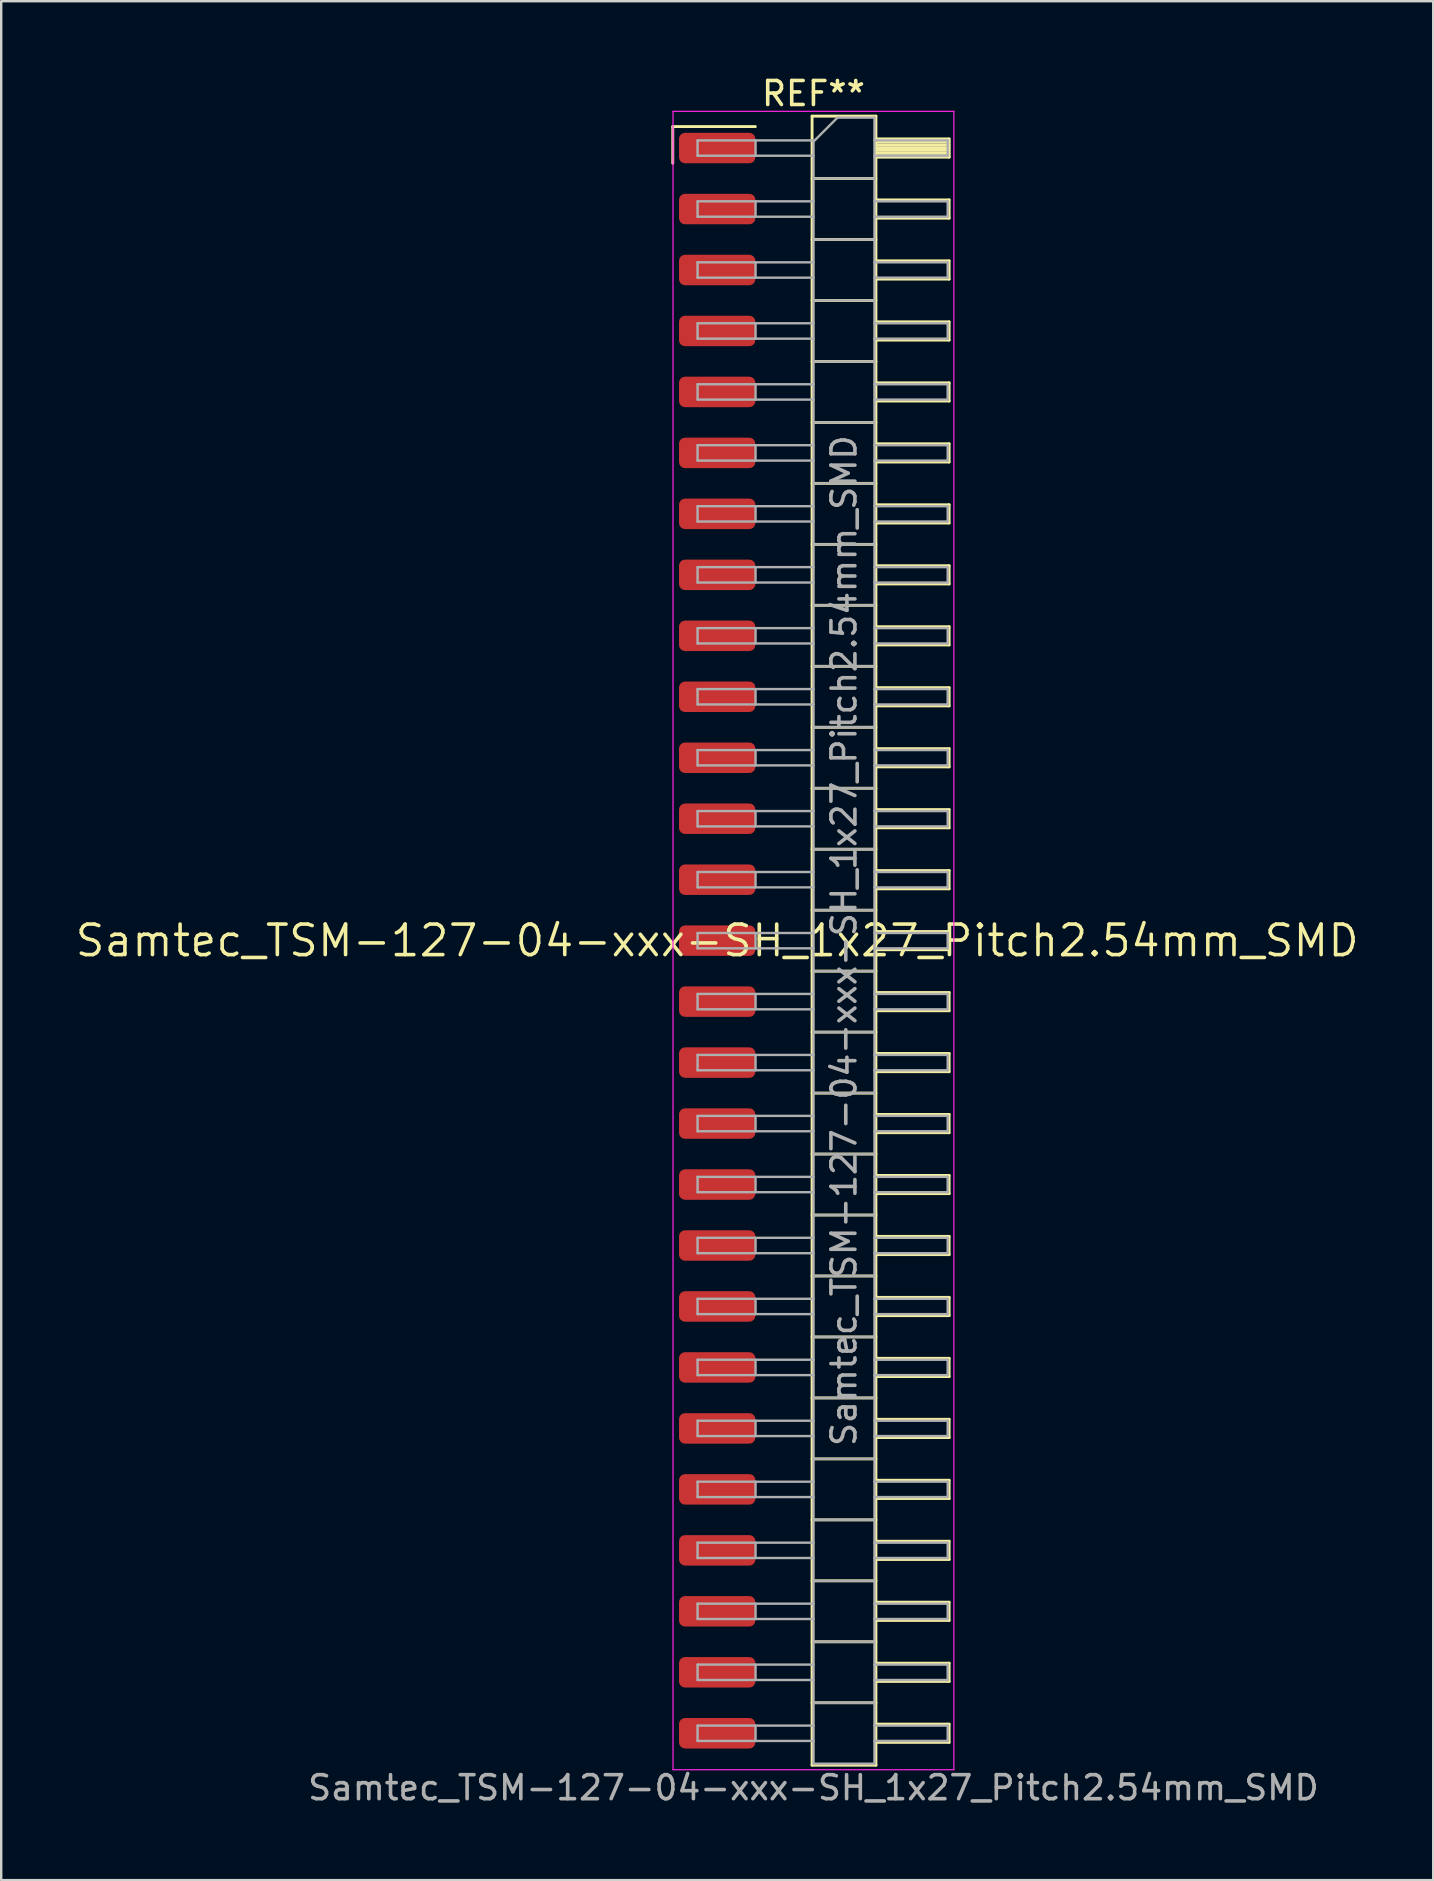
<source format=kicad_pcb>
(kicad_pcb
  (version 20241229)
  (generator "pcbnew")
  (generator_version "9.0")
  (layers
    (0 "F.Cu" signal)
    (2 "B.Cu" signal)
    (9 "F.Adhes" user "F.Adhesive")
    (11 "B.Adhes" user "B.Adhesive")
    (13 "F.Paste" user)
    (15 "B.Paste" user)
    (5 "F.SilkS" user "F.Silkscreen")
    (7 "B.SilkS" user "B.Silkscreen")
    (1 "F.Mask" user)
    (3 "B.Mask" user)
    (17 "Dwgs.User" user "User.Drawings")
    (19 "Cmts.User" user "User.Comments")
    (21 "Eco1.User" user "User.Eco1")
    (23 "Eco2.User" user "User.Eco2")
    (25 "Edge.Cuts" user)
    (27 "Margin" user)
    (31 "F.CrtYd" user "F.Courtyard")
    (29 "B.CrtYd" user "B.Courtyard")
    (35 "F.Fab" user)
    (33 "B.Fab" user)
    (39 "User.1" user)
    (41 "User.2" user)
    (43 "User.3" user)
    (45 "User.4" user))
  (footprint "Samtec_TSM-127-04-xxx-SH_1x27_Pitch2.54mm_SMD"
    (layer "F.Cu")
    (at 26.828 36.138)
    (property "Reference" "Samtec_TSM-127-04-xxx-SH_1x27_Pitch2.54mm_SMD" (at 0 0 0) (layer "F.SilkS") (effects (font (size 1.27 1.27) (thickness 0.15))))
    (attr smd)
    (fp_line (start -1.85 -33.915) (end 1.59 -33.915) (stroke (width 0.12) (type solid)) (layer "F.SilkS"))
    (fp_line (start -1.85 -32.385) (end -1.85 -33.915) (stroke (width 0.12) (type solid)) (layer "F.SilkS"))
    (fp_line (start 3.953 -34.35) (end 6.613 -34.35) (stroke (width 0.12) (type solid)) (layer "F.SilkS"))
    (fp_line (start 3.953 -31.75) (end 6.613 -31.75) (stroke (width 0.12) (type solid)) (layer "F.SilkS"))
    (fp_line (start 3.953 -29.21) (end 6.613 -29.21) (stroke (width 0.12) (type solid)) (layer "F.SilkS"))
    (fp_line (start 3.953 -26.67) (end 6.613 -26.67) (stroke (width 0.12) (type solid)) (layer "F.SilkS"))
    (fp_line (start 3.953 -24.13) (end 6.613 -24.13) (stroke (width 0.12) (type solid)) (layer "F.SilkS"))
    (fp_line (start 3.953 -21.59) (end 6.613 -21.59) (stroke (width 0.12) (type solid)) (layer "F.SilkS"))
    (fp_line (start 3.953 -19.05) (end 6.613 -19.05) (stroke (width 0.12) (type solid)) (layer "F.SilkS"))
    (fp_line (start 3.953 -16.51) (end 6.613 -16.51) (stroke (width 0.12) (type solid)) (layer "F.SilkS"))
    (fp_line (start 3.953 -13.97) (end 6.613 -13.97) (stroke (width 0.12) (type solid)) (layer "F.SilkS"))
    (fp_line (start 3.953 -11.43) (end 6.613 -11.43) (stroke (width 0.12) (type solid)) (layer "F.SilkS"))
    (fp_line (start 3.953 -8.89) (end 6.613 -8.89) (stroke (width 0.12) (type solid)) (layer "F.SilkS"))
    (fp_line (start 3.953 -6.35) (end 6.613 -6.35) (stroke (width 0.12) (type solid)) (layer "F.SilkS"))
    (fp_line (start 3.953 -3.81) (end 6.613 -3.81) (stroke (width 0.12) (type solid)) (layer "F.SilkS"))
    (fp_line (start 3.953 -1.27) (end 6.613 -1.27) (stroke (width 0.12) (type solid)) (layer "F.SilkS"))
    (fp_line (start 3.953 1.27) (end 6.613 1.27) (stroke (width 0.12) (type solid)) (layer "F.SilkS"))
    (fp_line (start 3.953 3.81) (end 6.613 3.81) (stroke (width 0.12) (type solid)) (layer "F.SilkS"))
    (fp_line (start 3.953 6.35) (end 6.613 6.35) (stroke (width 0.12) (type solid)) (layer "F.SilkS"))
    (fp_line (start 3.953 8.89) (end 6.613 8.89) (stroke (width 0.12) (type solid)) (layer "F.SilkS"))
    (fp_line (start 3.953 11.43) (end 6.613 11.43) (stroke (width 0.12) (type solid)) (layer "F.SilkS"))
    (fp_line (start 3.953 13.97) (end 6.613 13.97) (stroke (width 0.12) (type solid)) (layer "F.SilkS"))
    (fp_line (start 3.953 16.51) (end 6.613 16.51) (stroke (width 0.12) (type solid)) (layer "F.SilkS"))
    (fp_line (start 3.953 19.05) (end 6.613 19.05) (stroke (width 0.12) (type solid)) (layer "F.SilkS"))
    (fp_line (start 3.953 21.59) (end 6.613 21.59) (stroke (width 0.12) (type solid)) (layer "F.SilkS"))
    (fp_line (start 3.953 24.13) (end 6.613 24.13) (stroke (width 0.12) (type solid)) (layer "F.SilkS"))
    (fp_line (start 3.953 26.67) (end 6.613 26.67) (stroke (width 0.12) (type solid)) (layer "F.SilkS"))
    (fp_line (start 3.953 29.21) (end 6.613 29.21) (stroke (width 0.12) (type solid)) (layer "F.SilkS"))
    (fp_line (start 3.953 31.75) (end 6.613 31.75) (stroke (width 0.12) (type solid)) (layer "F.SilkS"))
    (fp_line (start 3.953 34.35) (end 3.953 -34.35) (stroke (width 0.12) (type solid)) (layer "F.SilkS"))
    (fp_line (start 6.613 -34.35) (end 6.613 34.35) (stroke (width 0.12) (type solid)) (layer "F.SilkS"))
    (fp_line (start 6.613 -33.4) (end 9.663 -33.4) (stroke (width 0.12) (type solid)) (layer "F.SilkS"))
    (fp_line (start 6.613 -33.28) (end 9.663 -33.28) (stroke (width 0.12) (type solid)) (layer "F.SilkS"))
    (fp_line (start 6.613 -33.16) (end 9.663 -33.16) (stroke (width 0.12) (type solid)) (layer "F.SilkS"))
    (fp_line (start 6.613 -33.04) (end 9.663 -33.04) (stroke (width 0.12) (type solid)) (layer "F.SilkS"))
    (fp_line (start 6.613 -32.92) (end 9.663 -32.92) (stroke (width 0.12) (type solid)) (layer "F.SilkS"))
    (fp_line (start 6.613 -32.8) (end 9.663 -32.8) (stroke (width 0.12) (type solid)) (layer "F.SilkS"))
    (fp_line (start 6.613 -32.68) (end 9.663 -32.68) (stroke (width 0.12) (type solid)) (layer "F.SilkS"))
    (fp_line (start 6.613 -32.64) (end 9.663 -32.64) (stroke (width 0.12) (type solid)) (layer "F.SilkS"))
    (fp_line (start 6.613 -30.86) (end 9.663 -30.86) (stroke (width 0.12) (type solid)) (layer "F.SilkS"))
    (fp_line (start 6.613 -30.1) (end 9.663 -30.1) (stroke (width 0.12) (type solid)) (layer "F.SilkS"))
    (fp_line (start 6.613 -28.32) (end 9.663 -28.32) (stroke (width 0.12) (type solid)) (layer "F.SilkS"))
    (fp_line (start 6.613 -27.56) (end 9.663 -27.56) (stroke (width 0.12) (type solid)) (layer "F.SilkS"))
    (fp_line (start 6.613 -25.78) (end 9.663 -25.78) (stroke (width 0.12) (type solid)) (layer "F.SilkS"))
    (fp_line (start 6.613 -25.02) (end 9.663 -25.02) (stroke (width 0.12) (type solid)) (layer "F.SilkS"))
    (fp_line (start 6.613 -23.24) (end 9.663 -23.24) (stroke (width 0.12) (type solid)) (layer "F.SilkS"))
    (fp_line (start 6.613 -22.48) (end 9.663 -22.48) (stroke (width 0.12) (type solid)) (layer "F.SilkS"))
    (fp_line (start 6.613 -20.7) (end 9.663 -20.7) (stroke (width 0.12) (type solid)) (layer "F.SilkS"))
    (fp_line (start 6.613 -19.94) (end 9.663 -19.94) (stroke (width 0.12) (type solid)) (layer "F.SilkS"))
    (fp_line (start 6.613 -18.16) (end 9.663 -18.16) (stroke (width 0.12) (type solid)) (layer "F.SilkS"))
    (fp_line (start 6.613 -17.4) (end 9.663 -17.4) (stroke (width 0.12) (type solid)) (layer "F.SilkS"))
    (fp_line (start 6.613 -15.62) (end 9.663 -15.62) (stroke (width 0.12) (type solid)) (layer "F.SilkS"))
    (fp_line (start 6.613 -14.86) (end 9.663 -14.86) (stroke (width 0.12) (type solid)) (layer "F.SilkS"))
    (fp_line (start 6.613 -13.08) (end 9.663 -13.08) (stroke (width 0.12) (type solid)) (layer "F.SilkS"))
    (fp_line (start 6.613 -12.32) (end 9.663 -12.32) (stroke (width 0.12) (type solid)) (layer "F.SilkS"))
    (fp_line (start 6.613 -10.54) (end 9.663 -10.54) (stroke (width 0.12) (type solid)) (layer "F.SilkS"))
    (fp_line (start 6.613 -9.78) (end 9.663 -9.78) (stroke (width 0.12) (type solid)) (layer "F.SilkS"))
    (fp_line (start 6.613 -8) (end 9.663 -8) (stroke (width 0.12) (type solid)) (layer "F.SilkS"))
    (fp_line (start 6.613 -7.24) (end 9.663 -7.24) (stroke (width 0.12) (type solid)) (layer "F.SilkS"))
    (fp_line (start 6.613 -5.46) (end 9.663 -5.46) (stroke (width 0.12) (type solid)) (layer "F.SilkS"))
    (fp_line (start 6.613 -4.7) (end 9.663 -4.7) (stroke (width 0.12) (type solid)) (layer "F.SilkS"))
    (fp_line (start 6.613 -2.92) (end 9.663 -2.92) (stroke (width 0.12) (type solid)) (layer "F.SilkS"))
    (fp_line (start 6.613 -2.16) (end 9.663 -2.16) (stroke (width 0.12) (type solid)) (layer "F.SilkS"))
    (fp_line (start 6.613 -0.38) (end 9.663 -0.38) (stroke (width 0.12) (type solid)) (layer "F.SilkS"))
    (fp_line (start 6.613 0.38) (end 9.663 0.38) (stroke (width 0.12) (type solid)) (layer "F.SilkS"))
    (fp_line (start 6.613 2.16) (end 9.663 2.16) (stroke (width 0.12) (type solid)) (layer "F.SilkS"))
    (fp_line (start 6.613 2.92) (end 9.663 2.92) (stroke (width 0.12) (type solid)) (layer "F.SilkS"))
    (fp_line (start 6.613 4.7) (end 9.663 4.7) (stroke (width 0.12) (type solid)) (layer "F.SilkS"))
    (fp_line (start 6.613 5.46) (end 9.663 5.46) (stroke (width 0.12) (type solid)) (layer "F.SilkS"))
    (fp_line (start 6.613 7.24) (end 9.663 7.24) (stroke (width 0.12) (type solid)) (layer "F.SilkS"))
    (fp_line (start 6.613 8) (end 9.663 8) (stroke (width 0.12) (type solid)) (layer "F.SilkS"))
    (fp_line (start 6.613 9.78) (end 9.663 9.78) (stroke (width 0.12) (type solid)) (layer "F.SilkS"))
    (fp_line (start 6.613 10.54) (end 9.663 10.54) (stroke (width 0.12) (type solid)) (layer "F.SilkS"))
    (fp_line (start 6.613 12.32) (end 9.663 12.32) (stroke (width 0.12) (type solid)) (layer "F.SilkS"))
    (fp_line (start 6.613 13.08) (end 9.663 13.08) (stroke (width 0.12) (type solid)) (layer "F.SilkS"))
    (fp_line (start 6.613 14.86) (end 9.663 14.86) (stroke (width 0.12) (type solid)) (layer "F.SilkS"))
    (fp_line (start 6.613 15.62) (end 9.663 15.62) (stroke (width 0.12) (type solid)) (layer "F.SilkS"))
    (fp_line (start 6.613 17.4) (end 9.663 17.4) (stroke (width 0.12) (type solid)) (layer "F.SilkS"))
    (fp_line (start 6.613 18.16) (end 9.663 18.16) (stroke (width 0.12) (type solid)) (layer "F.SilkS"))
    (fp_line (start 6.613 19.94) (end 9.663 19.94) (stroke (width 0.12) (type solid)) (layer "F.SilkS"))
    (fp_line (start 6.613 20.7) (end 9.663 20.7) (stroke (width 0.12) (type solid)) (layer "F.SilkS"))
    (fp_line (start 6.613 22.48) (end 9.663 22.48) (stroke (width 0.12) (type solid)) (layer "F.SilkS"))
    (fp_line (start 6.613 23.24) (end 9.663 23.24) (stroke (width 0.12) (type solid)) (layer "F.SilkS"))
    (fp_line (start 6.613 25.02) (end 9.663 25.02) (stroke (width 0.12) (type solid)) (layer "F.SilkS"))
    (fp_line (start 6.613 25.78) (end 9.663 25.78) (stroke (width 0.12) (type solid)) (layer "F.SilkS"))
    (fp_line (start 6.613 27.56) (end 9.663 27.56) (stroke (width 0.12) (type solid)) (layer "F.SilkS"))
    (fp_line (start 6.613 28.32) (end 9.663 28.32) (stroke (width 0.12) (type solid)) (layer "F.SilkS"))
    (fp_line (start 6.613 30.1) (end 9.663 30.1) (stroke (width 0.12) (type solid)) (layer "F.SilkS"))
    (fp_line (start 6.613 30.86) (end 9.663 30.86) (stroke (width 0.12) (type solid)) (layer "F.SilkS"))
    (fp_line (start 6.613 32.64) (end 9.663 32.64) (stroke (width 0.12) (type solid)) (layer "F.SilkS"))
    (fp_line (start 6.613 33.4) (end 9.663 33.4) (stroke (width 0.12) (type solid)) (layer "F.SilkS"))
    (fp_line (start 6.613 34.35) (end 3.953 34.35) (stroke (width 0.12) (type solid)) (layer "F.SilkS"))
    (fp_line (start 9.663 -33.4) (end 9.663 -32.64) (stroke (width 0.12) (type solid)) (layer "F.SilkS"))
    (fp_line (start 9.663 -30.86) (end 9.663 -30.1) (stroke (width 0.12) (type solid)) (layer "F.SilkS"))
    (fp_line (start 9.663 -28.32) (end 9.663 -27.56) (stroke (width 0.12) (type solid)) (layer "F.SilkS"))
    (fp_line (start 9.663 -25.78) (end 9.663 -25.02) (stroke (width 0.12) (type solid)) (layer "F.SilkS"))
    (fp_line (start 9.663 -23.24) (end 9.663 -22.48) (stroke (width 0.12) (type solid)) (layer "F.SilkS"))
    (fp_line (start 9.663 -20.7) (end 9.663 -19.94) (stroke (width 0.12) (type solid)) (layer "F.SilkS"))
    (fp_line (start 9.663 -18.16) (end 9.663 -17.4) (stroke (width 0.12) (type solid)) (layer "F.SilkS"))
    (fp_line (start 9.663 -15.62) (end 9.663 -14.86) (stroke (width 0.12) (type solid)) (layer "F.SilkS"))
    (fp_line (start 9.663 -13.08) (end 9.663 -12.32) (stroke (width 0.12) (type solid)) (layer "F.SilkS"))
    (fp_line (start 9.663 -10.54) (end 9.663 -9.78) (stroke (width 0.12) (type solid)) (layer "F.SilkS"))
    (fp_line (start 9.663 -8) (end 9.663 -7.24) (stroke (width 0.12) (type solid)) (layer "F.SilkS"))
    (fp_line (start 9.663 -5.46) (end 9.663 -4.7) (stroke (width 0.12) (type solid)) (layer "F.SilkS"))
    (fp_line (start 9.663 -2.92) (end 9.663 -2.16) (stroke (width 0.12) (type solid)) (layer "F.SilkS"))
    (fp_line (start 9.663 -0.38) (end 9.663 0.38) (stroke (width 0.12) (type solid)) (layer "F.SilkS"))
    (fp_line (start 9.663 2.16) (end 9.663 2.92) (stroke (width 0.12) (type solid)) (layer "F.SilkS"))
    (fp_line (start 9.663 4.7) (end 9.663 5.46) (stroke (width 0.12) (type solid)) (layer "F.SilkS"))
    (fp_line (start 9.663 7.24) (end 9.663 8) (stroke (width 0.12) (type solid)) (layer "F.SilkS"))
    (fp_line (start 9.663 9.78) (end 9.663 10.54) (stroke (width 0.12) (type solid)) (layer "F.SilkS"))
    (fp_line (start 9.663 12.32) (end 9.663 13.08) (stroke (width 0.12) (type solid)) (layer "F.SilkS"))
    (fp_line (start 9.663 14.86) (end 9.663 15.62) (stroke (width 0.12) (type solid)) (layer "F.SilkS"))
    (fp_line (start 9.663 17.4) (end 9.663 18.16) (stroke (width 0.12) (type solid)) (layer "F.SilkS"))
    (fp_line (start 9.663 19.94) (end 9.663 20.7) (stroke (width 0.12) (type solid)) (layer "F.SilkS"))
    (fp_line (start 9.663 22.48) (end 9.663 23.24) (stroke (width 0.12) (type solid)) (layer "F.SilkS"))
    (fp_line (start 9.663 25.02) (end 9.663 25.78) (stroke (width 0.12) (type solid)) (layer "F.SilkS"))
    (fp_line (start 9.663 27.56) (end 9.663 28.32) (stroke (width 0.12) (type solid)) (layer "F.SilkS"))
    (fp_line (start 9.663 30.1) (end 9.663 30.86) (stroke (width 0.12) (type solid)) (layer "F.SilkS"))
    (fp_line (start 9.663 32.64) (end 9.663 33.4) (stroke (width 0.12) (type solid)) (layer "F.SilkS"))
    (fp_line (start -1.84 -34.55) (end 9.86 -34.55) (stroke (width 0.05) (type solid)) (layer "F.CrtYd"))
    (fp_line (start -1.84 34.54) (end -1.84 -34.55) (stroke (width 0.05) (type solid)) (layer "F.CrtYd"))
    (fp_line (start 9.86 -34.55) (end 9.86 34.54) (stroke (width 0.05) (type solid)) (layer "F.CrtYd"))
    (fp_line (start 9.86 34.54) (end -1.84 34.54) (stroke (width 0.05) (type solid)) (layer "F.CrtYd"))
    (fp_line (start -0.817 -33.34) (end -0.817 -32.7) (stroke (width 0.1) (type solid)) (layer "F.Fab"))
    (fp_line (start -0.817 -33.34) (end 4.013 -33.34) (stroke (width 0.1) (type solid)) (layer "F.Fab"))
    (fp_line (start -0.817 -32.7) (end 4.013 -32.7) (stroke (width 0.1) (type solid)) (layer "F.Fab"))
    (fp_line (start -0.817 -30.8) (end -0.817 -30.16) (stroke (width 0.1) (type solid)) (layer "F.Fab"))
    (fp_line (start -0.817 -30.8) (end 4.013 -30.8) (stroke (width 0.1) (type solid)) (layer "F.Fab"))
    (fp_line (start -0.817 -30.16) (end 4.013 -30.16) (stroke (width 0.1) (type solid)) (layer "F.Fab"))
    (fp_line (start -0.817 -28.26) (end -0.817 -27.62) (stroke (width 0.1) (type solid)) (layer "F.Fab"))
    (fp_line (start -0.817 -28.26) (end 4.013 -28.26) (stroke (width 0.1) (type solid)) (layer "F.Fab"))
    (fp_line (start -0.817 -27.62) (end 4.013 -27.62) (stroke (width 0.1) (type solid)) (layer "F.Fab"))
    (fp_line (start -0.817 -25.72) (end -0.817 -25.08) (stroke (width 0.1) (type solid)) (layer "F.Fab"))
    (fp_line (start -0.817 -25.72) (end 4.013 -25.72) (stroke (width 0.1) (type solid)) (layer "F.Fab"))
    (fp_line (start -0.817 -25.08) (end 4.013 -25.08) (stroke (width 0.1) (type solid)) (layer "F.Fab"))
    (fp_line (start -0.817 -23.18) (end -0.817 -22.54) (stroke (width 0.1) (type solid)) (layer "F.Fab"))
    (fp_line (start -0.817 -23.18) (end 4.013 -23.18) (stroke (width 0.1) (type solid)) (layer "F.Fab"))
    (fp_line (start -0.817 -22.54) (end 4.013 -22.54) (stroke (width 0.1) (type solid)) (layer "F.Fab"))
    (fp_line (start -0.817 -20.64) (end -0.817 -20) (stroke (width 0.1) (type solid)) (layer "F.Fab"))
    (fp_line (start -0.817 -20.64) (end 4.013 -20.64) (stroke (width 0.1) (type solid)) (layer "F.Fab"))
    (fp_line (start -0.817 -20) (end 4.013 -20) (stroke (width 0.1) (type solid)) (layer "F.Fab"))
    (fp_line (start -0.817 -18.1) (end -0.817 -17.46) (stroke (width 0.1) (type solid)) (layer "F.Fab"))
    (fp_line (start -0.817 -18.1) (end 4.013 -18.1) (stroke (width 0.1) (type solid)) (layer "F.Fab"))
    (fp_line (start -0.817 -17.46) (end 4.013 -17.46) (stroke (width 0.1) (type solid)) (layer "F.Fab"))
    (fp_line (start -0.817 -15.56) (end -0.817 -14.92) (stroke (width 0.1) (type solid)) (layer "F.Fab"))
    (fp_line (start -0.817 -15.56) (end 4.013 -15.56) (stroke (width 0.1) (type solid)) (layer "F.Fab"))
    (fp_line (start -0.817 -14.92) (end 4.013 -14.92) (stroke (width 0.1) (type solid)) (layer "F.Fab"))
    (fp_line (start -0.817 -13.02) (end -0.817 -12.38) (stroke (width 0.1) (type solid)) (layer "F.Fab"))
    (fp_line (start -0.817 -13.02) (end 4.013 -13.02) (stroke (width 0.1) (type solid)) (layer "F.Fab"))
    (fp_line (start -0.817 -12.38) (end 4.013 -12.38) (stroke (width 0.1) (type solid)) (layer "F.Fab"))
    (fp_line (start -0.817 -10.48) (end -0.817 -9.84) (stroke (width 0.1) (type solid)) (layer "F.Fab"))
    (fp_line (start -0.817 -10.48) (end 4.013 -10.48) (stroke (width 0.1) (type solid)) (layer "F.Fab"))
    (fp_line (start -0.817 -9.84) (end 4.013 -9.84) (stroke (width 0.1) (type solid)) (layer "F.Fab"))
    (fp_line (start -0.817 -7.94) (end -0.817 -7.3) (stroke (width 0.1) (type solid)) (layer "F.Fab"))
    (fp_line (start -0.817 -7.94) (end 4.013 -7.94) (stroke (width 0.1) (type solid)) (layer "F.Fab"))
    (fp_line (start -0.817 -7.3) (end 4.013 -7.3) (stroke (width 0.1) (type solid)) (layer "F.Fab"))
    (fp_line (start -0.817 -5.4) (end -0.817 -4.76) (stroke (width 0.1) (type solid)) (layer "F.Fab"))
    (fp_line (start -0.817 -5.4) (end 4.013 -5.4) (stroke (width 0.1) (type solid)) (layer "F.Fab"))
    (fp_line (start -0.817 -4.76) (end 4.013 -4.76) (stroke (width 0.1) (type solid)) (layer "F.Fab"))
    (fp_line (start -0.817 -2.86) (end -0.817 -2.22) (stroke (width 0.1) (type solid)) (layer "F.Fab"))
    (fp_line (start -0.817 -2.86) (end 4.013 -2.86) (stroke (width 0.1) (type solid)) (layer "F.Fab"))
    (fp_line (start -0.817 -2.22) (end 4.013 -2.22) (stroke (width 0.1) (type solid)) (layer "F.Fab"))
    (fp_line (start -0.817 -0.32) (end -0.817 0.32) (stroke (width 0.1) (type solid)) (layer "F.Fab"))
    (fp_line (start -0.817 -0.32) (end 4.013 -0.32) (stroke (width 0.1) (type solid)) (layer "F.Fab"))
    (fp_line (start -0.817 0.32) (end 4.013 0.32) (stroke (width 0.1) (type solid)) (layer "F.Fab"))
    (fp_line (start -0.817 2.22) (end -0.817 2.86) (stroke (width 0.1) (type solid)) (layer "F.Fab"))
    (fp_line (start -0.817 2.22) (end 4.013 2.22) (stroke (width 0.1) (type solid)) (layer "F.Fab"))
    (fp_line (start -0.817 2.86) (end 4.013 2.86) (stroke (width 0.1) (type solid)) (layer "F.Fab"))
    (fp_line (start -0.817 4.76) (end -0.817 5.4) (stroke (width 0.1) (type solid)) (layer "F.Fab"))
    (fp_line (start -0.817 4.76) (end 4.013 4.76) (stroke (width 0.1) (type solid)) (layer "F.Fab"))
    (fp_line (start -0.817 5.4) (end 4.013 5.4) (stroke (width 0.1) (type solid)) (layer "F.Fab"))
    (fp_line (start -0.817 7.3) (end -0.817 7.94) (stroke (width 0.1) (type solid)) (layer "F.Fab"))
    (fp_line (start -0.817 7.3) (end 4.013 7.3) (stroke (width 0.1) (type solid)) (layer "F.Fab"))
    (fp_line (start -0.817 7.94) (end 4.013 7.94) (stroke (width 0.1) (type solid)) (layer "F.Fab"))
    (fp_line (start -0.817 9.84) (end -0.817 10.48) (stroke (width 0.1) (type solid)) (layer "F.Fab"))
    (fp_line (start -0.817 9.84) (end 4.013 9.84) (stroke (width 0.1) (type solid)) (layer "F.Fab"))
    (fp_line (start -0.817 10.48) (end 4.013 10.48) (stroke (width 0.1) (type solid)) (layer "F.Fab"))
    (fp_line (start -0.817 12.38) (end -0.817 13.02) (stroke (width 0.1) (type solid)) (layer "F.Fab"))
    (fp_line (start -0.817 12.38) (end 4.013 12.38) (stroke (width 0.1) (type solid)) (layer "F.Fab"))
    (fp_line (start -0.817 13.02) (end 4.013 13.02) (stroke (width 0.1) (type solid)) (layer "F.Fab"))
    (fp_line (start -0.817 14.92) (end -0.817 15.56) (stroke (width 0.1) (type solid)) (layer "F.Fab"))
    (fp_line (start -0.817 14.92) (end 4.013 14.92) (stroke (width 0.1) (type solid)) (layer "F.Fab"))
    (fp_line (start -0.817 15.56) (end 4.013 15.56) (stroke (width 0.1) (type solid)) (layer "F.Fab"))
    (fp_line (start -0.817 17.46) (end -0.817 18.1) (stroke (width 0.1) (type solid)) (layer "F.Fab"))
    (fp_line (start -0.817 17.46) (end 4.013 17.46) (stroke (width 0.1) (type solid)) (layer "F.Fab"))
    (fp_line (start -0.817 18.1) (end 4.013 18.1) (stroke (width 0.1) (type solid)) (layer "F.Fab"))
    (fp_line (start -0.817 20) (end -0.817 20.64) (stroke (width 0.1) (type solid)) (layer "F.Fab"))
    (fp_line (start -0.817 20) (end 4.013 20) (stroke (width 0.1) (type solid)) (layer "F.Fab"))
    (fp_line (start -0.817 20.64) (end 4.013 20.64) (stroke (width 0.1) (type solid)) (layer "F.Fab"))
    (fp_line (start -0.817 22.54) (end -0.817 23.18) (stroke (width 0.1) (type solid)) (layer "F.Fab"))
    (fp_line (start -0.817 22.54) (end 4.013 22.54) (stroke (width 0.1) (type solid)) (layer "F.Fab"))
    (fp_line (start -0.817 23.18) (end 4.013 23.18) (stroke (width 0.1) (type solid)) (layer "F.Fab"))
    (fp_line (start -0.817 25.08) (end -0.817 25.72) (stroke (width 0.1) (type solid)) (layer "F.Fab"))
    (fp_line (start -0.817 25.08) (end 4.013 25.08) (stroke (width 0.1) (type solid)) (layer "F.Fab"))
    (fp_line (start -0.817 25.72) (end 4.013 25.72) (stroke (width 0.1) (type solid)) (layer "F.Fab"))
    (fp_line (start -0.817 27.62) (end -0.817 28.26) (stroke (width 0.1) (type solid)) (layer "F.Fab"))
    (fp_line (start -0.817 27.62) (end 4.013 27.62) (stroke (width 0.1) (type solid)) (layer "F.Fab"))
    (fp_line (start -0.817 28.26) (end 4.013 28.26) (stroke (width 0.1) (type solid)) (layer "F.Fab"))
    (fp_line (start -0.817 30.16) (end -0.817 30.8) (stroke (width 0.1) (type solid)) (layer "F.Fab"))
    (fp_line (start -0.817 30.16) (end 4.013 30.16) (stroke (width 0.1) (type solid)) (layer "F.Fab"))
    (fp_line (start -0.817 30.8) (end 4.013 30.8) (stroke (width 0.1) (type solid)) (layer "F.Fab"))
    (fp_line (start -0.817 32.7) (end -0.817 33.34) (stroke (width 0.1) (type solid)) (layer "F.Fab"))
    (fp_line (start -0.817 32.7) (end 4.013 32.7) (stroke (width 0.1) (type solid)) (layer "F.Fab"))
    (fp_line (start -0.817 33.34) (end 4.013 33.34) (stroke (width 0.1) (type solid)) (layer "F.Fab"))
    (fp_line (start 1.598 -33.34) (end 1.598 -32.7) (stroke (width 0.1) (type solid)) (layer "F.Fab"))
    (fp_line (start 1.598 -30.8) (end 1.598 -30.16) (stroke (width 0.1) (type solid)) (layer "F.Fab"))
    (fp_line (start 1.598 -28.26) (end 1.598 -27.62) (stroke (width 0.1) (type solid)) (layer "F.Fab"))
    (fp_line (start 1.598 -25.72) (end 1.598 -25.08) (stroke (width 0.1) (type solid)) (layer "F.Fab"))
    (fp_line (start 1.598 -23.18) (end 1.598 -22.54) (stroke (width 0.1) (type solid)) (layer "F.Fab"))
    (fp_line (start 1.598 -20.64) (end 1.598 -20) (stroke (width 0.1) (type solid)) (layer "F.Fab"))
    (fp_line (start 1.598 -18.1) (end 1.598 -17.46) (stroke (width 0.1) (type solid)) (layer "F.Fab"))
    (fp_line (start 1.598 -15.56) (end 1.598 -14.92) (stroke (width 0.1) (type solid)) (layer "F.Fab"))
    (fp_line (start 1.598 -13.02) (end 1.598 -12.38) (stroke (width 0.1) (type solid)) (layer "F.Fab"))
    (fp_line (start 1.598 -10.48) (end 1.598 -9.84) (stroke (width 0.1) (type solid)) (layer "F.Fab"))
    (fp_line (start 1.598 -7.94) (end 1.598 -7.3) (stroke (width 0.1) (type solid)) (layer "F.Fab"))
    (fp_line (start 1.598 -5.4) (end 1.598 -4.76) (stroke (width 0.1) (type solid)) (layer "F.Fab"))
    (fp_line (start 1.598 -2.86) (end 1.598 -2.22) (stroke (width 0.1) (type solid)) (layer "F.Fab"))
    (fp_line (start 1.598 -0.32) (end 1.598 0.32) (stroke (width 0.1) (type solid)) (layer "F.Fab"))
    (fp_line (start 1.598 2.22) (end 1.598 2.86) (stroke (width 0.1) (type solid)) (layer "F.Fab"))
    (fp_line (start 1.598 4.76) (end 1.598 5.4) (stroke (width 0.1) (type solid)) (layer "F.Fab"))
    (fp_line (start 1.598 7.3) (end 1.598 7.94) (stroke (width 0.1) (type solid)) (layer "F.Fab"))
    (fp_line (start 1.598 9.84) (end 1.598 10.48) (stroke (width 0.1) (type solid)) (layer "F.Fab"))
    (fp_line (start 1.598 12.38) (end 1.598 13.02) (stroke (width 0.1) (type solid)) (layer "F.Fab"))
    (fp_line (start 1.598 14.92) (end 1.598 15.56) (stroke (width 0.1) (type solid)) (layer "F.Fab"))
    (fp_line (start 1.598 17.46) (end 1.598 18.1) (stroke (width 0.1) (type solid)) (layer "F.Fab"))
    (fp_line (start 1.598 20) (end 1.598 20.64) (stroke (width 0.1) (type solid)) (layer "F.Fab"))
    (fp_line (start 1.598 22.54) (end 1.598 23.18) (stroke (width 0.1) (type solid)) (layer "F.Fab"))
    (fp_line (start 1.598 25.08) (end 1.598 25.72) (stroke (width 0.1) (type solid)) (layer "F.Fab"))
    (fp_line (start 1.598 27.62) (end 1.598 28.26) (stroke (width 0.1) (type solid)) (layer "F.Fab"))
    (fp_line (start 1.598 30.16) (end 1.598 30.8) (stroke (width 0.1) (type solid)) (layer "F.Fab"))
    (fp_line (start 1.598 32.7) (end 1.598 33.34) (stroke (width 0.1) (type solid)) (layer "F.Fab"))
    (fp_line (start 4.013 -33.29) (end 5.013 -34.29) (stroke (width 0.1) (type solid)) (layer "F.Fab"))
    (fp_line (start 4.013 -31.75) (end 6.553 -31.75) (stroke (width 0.1) (type solid)) (layer "F.Fab"))
    (fp_line (start 4.013 -29.21) (end 6.553 -29.21) (stroke (width 0.1) (type solid)) (layer "F.Fab"))
    (fp_line (start 4.013 -26.67) (end 6.553 -26.67) (stroke (width 0.1) (type solid)) (layer "F.Fab"))
    (fp_line (start 4.013 -24.13) (end 6.553 -24.13) (stroke (width 0.1) (type solid)) (layer "F.Fab"))
    (fp_line (start 4.013 -21.59) (end 6.553 -21.59) (stroke (width 0.1) (type solid)) (layer "F.Fab"))
    (fp_line (start 4.013 -19.05) (end 6.553 -19.05) (stroke (width 0.1) (type solid)) (layer "F.Fab"))
    (fp_line (start 4.013 -16.51) (end 6.553 -16.51) (stroke (width 0.1) (type solid)) (layer "F.Fab"))
    (fp_line (start 4.013 -13.97) (end 6.553 -13.97) (stroke (width 0.1) (type solid)) (layer "F.Fab"))
    (fp_line (start 4.013 -11.43) (end 6.553 -11.43) (stroke (width 0.1) (type solid)) (layer "F.Fab"))
    (fp_line (start 4.013 -8.89) (end 6.553 -8.89) (stroke (width 0.1) (type solid)) (layer "F.Fab"))
    (fp_line (start 4.013 -6.35) (end 6.553 -6.35) (stroke (width 0.1) (type solid)) (layer "F.Fab"))
    (fp_line (start 4.013 -3.81) (end 6.553 -3.81) (stroke (width 0.1) (type solid)) (layer "F.Fab"))
    (fp_line (start 4.013 -1.27) (end 6.553 -1.27) (stroke (width 0.1) (type solid)) (layer "F.Fab"))
    (fp_line (start 4.013 1.27) (end 6.553 1.27) (stroke (width 0.1) (type solid)) (layer "F.Fab"))
    (fp_line (start 4.013 3.81) (end 6.553 3.81) (stroke (width 0.1) (type solid)) (layer "F.Fab"))
    (fp_line (start 4.013 6.35) (end 6.553 6.35) (stroke (width 0.1) (type solid)) (layer "F.Fab"))
    (fp_line (start 4.013 8.89) (end 6.553 8.89) (stroke (width 0.1) (type solid)) (layer "F.Fab"))
    (fp_line (start 4.013 11.43) (end 6.553 11.43) (stroke (width 0.1) (type solid)) (layer "F.Fab"))
    (fp_line (start 4.013 13.97) (end 6.553 13.97) (stroke (width 0.1) (type solid)) (layer "F.Fab"))
    (fp_line (start 4.013 16.51) (end 6.553 16.51) (stroke (width 0.1) (type solid)) (layer "F.Fab"))
    (fp_line (start 4.013 19.05) (end 6.553 19.05) (stroke (width 0.1) (type solid)) (layer "F.Fab"))
    (fp_line (start 4.013 21.59) (end 6.553 21.59) (stroke (width 0.1) (type solid)) (layer "F.Fab"))
    (fp_line (start 4.013 24.13) (end 6.553 24.13) (stroke (width 0.1) (type solid)) (layer "F.Fab"))
    (fp_line (start 4.013 26.67) (end 6.553 26.67) (stroke (width 0.1) (type solid)) (layer "F.Fab"))
    (fp_line (start 4.013 29.21) (end 6.553 29.21) (stroke (width 0.1) (type solid)) (layer "F.Fab"))
    (fp_line (start 4.013 31.75) (end 6.553 31.75) (stroke (width 0.1) (type solid)) (layer "F.Fab"))
    (fp_line (start 4.013 34.29) (end 4.013 -33.29) (stroke (width 0.1) (type solid)) (layer "F.Fab"))
    (fp_line (start 5.013 -34.29) (end 6.553 -34.29) (stroke (width 0.1) (type solid)) (layer "F.Fab"))
    (fp_line (start 6.553 -34.29) (end 6.553 34.29) (stroke (width 0.1) (type solid)) (layer "F.Fab"))
    (fp_line (start 6.553 -33.34) (end 9.603 -33.34) (stroke (width 0.1) (type solid)) (layer "F.Fab"))
    (fp_line (start 6.553 -32.7) (end 9.603 -32.7) (stroke (width 0.1) (type solid)) (layer "F.Fab"))
    (fp_line (start 6.553 -30.8) (end 9.603 -30.8) (stroke (width 0.1) (type solid)) (layer "F.Fab"))
    (fp_line (start 6.553 -30.16) (end 9.603 -30.16) (stroke (width 0.1) (type solid)) (layer "F.Fab"))
    (fp_line (start 6.553 -28.26) (end 9.603 -28.26) (stroke (width 0.1) (type solid)) (layer "F.Fab"))
    (fp_line (start 6.553 -27.62) (end 9.603 -27.62) (stroke (width 0.1) (type solid)) (layer "F.Fab"))
    (fp_line (start 6.553 -25.72) (end 9.603 -25.72) (stroke (width 0.1) (type solid)) (layer "F.Fab"))
    (fp_line (start 6.553 -25.08) (end 9.603 -25.08) (stroke (width 0.1) (type solid)) (layer "F.Fab"))
    (fp_line (start 6.553 -23.18) (end 9.603 -23.18) (stroke (width 0.1) (type solid)) (layer "F.Fab"))
    (fp_line (start 6.553 -22.54) (end 9.603 -22.54) (stroke (width 0.1) (type solid)) (layer "F.Fab"))
    (fp_line (start 6.553 -20.64) (end 9.603 -20.64) (stroke (width 0.1) (type solid)) (layer "F.Fab"))
    (fp_line (start 6.553 -20) (end 9.603 -20) (stroke (width 0.1) (type solid)) (layer "F.Fab"))
    (fp_line (start 6.553 -18.1) (end 9.603 -18.1) (stroke (width 0.1) (type solid)) (layer "F.Fab"))
    (fp_line (start 6.553 -17.46) (end 9.603 -17.46) (stroke (width 0.1) (type solid)) (layer "F.Fab"))
    (fp_line (start 6.553 -15.56) (end 9.603 -15.56) (stroke (width 0.1) (type solid)) (layer "F.Fab"))
    (fp_line (start 6.553 -14.92) (end 9.603 -14.92) (stroke (width 0.1) (type solid)) (layer "F.Fab"))
    (fp_line (start 6.553 -13.02) (end 9.603 -13.02) (stroke (width 0.1) (type solid)) (layer "F.Fab"))
    (fp_line (start 6.553 -12.38) (end 9.603 -12.38) (stroke (width 0.1) (type solid)) (layer "F.Fab"))
    (fp_line (start 6.553 -10.48) (end 9.603 -10.48) (stroke (width 0.1) (type solid)) (layer "F.Fab"))
    (fp_line (start 6.553 -9.84) (end 9.603 -9.84) (stroke (width 0.1) (type solid)) (layer "F.Fab"))
    (fp_line (start 6.553 -7.94) (end 9.603 -7.94) (stroke (width 0.1) (type solid)) (layer "F.Fab"))
    (fp_line (start 6.553 -7.3) (end 9.603 -7.3) (stroke (width 0.1) (type solid)) (layer "F.Fab"))
    (fp_line (start 6.553 -5.4) (end 9.603 -5.4) (stroke (width 0.1) (type solid)) (layer "F.Fab"))
    (fp_line (start 6.553 -4.76) (end 9.603 -4.76) (stroke (width 0.1) (type solid)) (layer "F.Fab"))
    (fp_line (start 6.553 -2.86) (end 9.603 -2.86) (stroke (width 0.1) (type solid)) (layer "F.Fab"))
    (fp_line (start 6.553 -2.22) (end 9.603 -2.22) (stroke (width 0.1) (type solid)) (layer "F.Fab"))
    (fp_line (start 6.553 -0.32) (end 9.603 -0.32) (stroke (width 0.1) (type solid)) (layer "F.Fab"))
    (fp_line (start 6.553 0.32) (end 9.603 0.32) (stroke (width 0.1) (type solid)) (layer "F.Fab"))
    (fp_line (start 6.553 2.22) (end 9.603 2.22) (stroke (width 0.1) (type solid)) (layer "F.Fab"))
    (fp_line (start 6.553 2.86) (end 9.603 2.86) (stroke (width 0.1) (type solid)) (layer "F.Fab"))
    (fp_line (start 6.553 4.76) (end 9.603 4.76) (stroke (width 0.1) (type solid)) (layer "F.Fab"))
    (fp_line (start 6.553 5.4) (end 9.603 5.4) (stroke (width 0.1) (type solid)) (layer "F.Fab"))
    (fp_line (start 6.553 7.3) (end 9.603 7.3) (stroke (width 0.1) (type solid)) (layer "F.Fab"))
    (fp_line (start 6.553 7.94) (end 9.603 7.94) (stroke (width 0.1) (type solid)) (layer "F.Fab"))
    (fp_line (start 6.553 9.84) (end 9.603 9.84) (stroke (width 0.1) (type solid)) (layer "F.Fab"))
    (fp_line (start 6.553 10.48) (end 9.603 10.48) (stroke (width 0.1) (type solid)) (layer "F.Fab"))
    (fp_line (start 6.553 12.38) (end 9.603 12.38) (stroke (width 0.1) (type solid)) (layer "F.Fab"))
    (fp_line (start 6.553 13.02) (end 9.603 13.02) (stroke (width 0.1) (type solid)) (layer "F.Fab"))
    (fp_line (start 6.553 14.92) (end 9.603 14.92) (stroke (width 0.1) (type solid)) (layer "F.Fab"))
    (fp_line (start 6.553 15.56) (end 9.603 15.56) (stroke (width 0.1) (type solid)) (layer "F.Fab"))
    (fp_line (start 6.553 17.46) (end 9.603 17.46) (stroke (width 0.1) (type solid)) (layer "F.Fab"))
    (fp_line (start 6.553 18.1) (end 9.603 18.1) (stroke (width 0.1) (type solid)) (layer "F.Fab"))
    (fp_line (start 6.553 20) (end 9.603 20) (stroke (width 0.1) (type solid)) (layer "F.Fab"))
    (fp_line (start 6.553 20.64) (end 9.603 20.64) (stroke (width 0.1) (type solid)) (layer "F.Fab"))
    (fp_line (start 6.553 22.54) (end 9.603 22.54) (stroke (width 0.1) (type solid)) (layer "F.Fab"))
    (fp_line (start 6.553 23.18) (end 9.603 23.18) (stroke (width 0.1) (type solid)) (layer "F.Fab"))
    (fp_line (start 6.553 25.08) (end 9.603 25.08) (stroke (width 0.1) (type solid)) (layer "F.Fab"))
    (fp_line (start 6.553 25.72) (end 9.603 25.72) (stroke (width 0.1) (type solid)) (layer "F.Fab"))
    (fp_line (start 6.553 27.62) (end 9.603 27.62) (stroke (width 0.1) (type solid)) (layer "F.Fab"))
    (fp_line (start 6.553 28.26) (end 9.603 28.26) (stroke (width 0.1) (type solid)) (layer "F.Fab"))
    (fp_line (start 6.553 30.16) (end 9.603 30.16) (stroke (width 0.1) (type solid)) (layer "F.Fab"))
    (fp_line (start 6.553 30.8) (end 9.603 30.8) (stroke (width 0.1) (type solid)) (layer "F.Fab"))
    (fp_line (start 6.553 32.7) (end 9.603 32.7) (stroke (width 0.1) (type solid)) (layer "F.Fab"))
    (fp_line (start 6.553 33.34) (end 9.603 33.34) (stroke (width 0.1) (type solid)) (layer "F.Fab"))
    (fp_line (start 6.553 34.29) (end 4.013 34.29) (stroke (width 0.1) (type solid)) (layer "F.Fab"))
    (fp_line (start 9.603 -33.34) (end 9.603 -32.7) (stroke (width 0.1) (type solid)) (layer "F.Fab"))
    (fp_line (start 9.603 -30.8) (end 9.603 -30.16) (stroke (width 0.1) (type solid)) (layer "F.Fab"))
    (fp_line (start 9.603 -28.26) (end 9.603 -27.62) (stroke (width 0.1) (type solid)) (layer "F.Fab"))
    (fp_line (start 9.603 -25.72) (end 9.603 -25.08) (stroke (width 0.1) (type solid)) (layer "F.Fab"))
    (fp_line (start 9.603 -23.18) (end 9.603 -22.54) (stroke (width 0.1) (type solid)) (layer "F.Fab"))
    (fp_line (start 9.603 -20.64) (end 9.603 -20) (stroke (width 0.1) (type solid)) (layer "F.Fab"))
    (fp_line (start 9.603 -18.1) (end 9.603 -17.46) (stroke (width 0.1) (type solid)) (layer "F.Fab"))
    (fp_line (start 9.603 -15.56) (end 9.603 -14.92) (stroke (width 0.1) (type solid)) (layer "F.Fab"))
    (fp_line (start 9.603 -13.02) (end 9.603 -12.38) (stroke (width 0.1) (type solid)) (layer "F.Fab"))
    (fp_line (start 9.603 -10.48) (end 9.603 -9.84) (stroke (width 0.1) (type solid)) (layer "F.Fab"))
    (fp_line (start 9.603 -7.94) (end 9.603 -7.3) (stroke (width 0.1) (type solid)) (layer "F.Fab"))
    (fp_line (start 9.603 -5.4) (end 9.603 -4.76) (stroke (width 0.1) (type solid)) (layer "F.Fab"))
    (fp_line (start 9.603 -2.86) (end 9.603 -2.22) (stroke (width 0.1) (type solid)) (layer "F.Fab"))
    (fp_line (start 9.603 -0.32) (end 9.603 0.32) (stroke (width 0.1) (type solid)) (layer "F.Fab"))
    (fp_line (start 9.603 2.22) (end 9.603 2.86) (stroke (width 0.1) (type solid)) (layer "F.Fab"))
    (fp_line (start 9.603 4.76) (end 9.603 5.4) (stroke (width 0.1) (type solid)) (layer "F.Fab"))
    (fp_line (start 9.603 7.3) (end 9.603 7.94) (stroke (width 0.1) (type solid)) (layer "F.Fab"))
    (fp_line (start 9.603 9.84) (end 9.603 10.48) (stroke (width 0.1) (type solid)) (layer "F.Fab"))
    (fp_line (start 9.603 12.38) (end 9.603 13.02) (stroke (width 0.1) (type solid)) (layer "F.Fab"))
    (fp_line (start 9.603 14.92) (end 9.603 15.56) (stroke (width 0.1) (type solid)) (layer "F.Fab"))
    (fp_line (start 9.603 17.46) (end 9.603 18.1) (stroke (width 0.1) (type solid)) (layer "F.Fab"))
    (fp_line (start 9.603 20) (end 9.603 20.64) (stroke (width 0.1) (type solid)) (layer "F.Fab"))
    (fp_line (start 9.603 22.54) (end 9.603 23.18) (stroke (width 0.1) (type solid)) (layer "F.Fab"))
    (fp_line (start 9.603 25.08) (end 9.603 25.72) (stroke (width 0.1) (type solid)) (layer "F.Fab"))
    (fp_line (start 9.603 27.62) (end 9.603 28.26) (stroke (width 0.1) (type solid)) (layer "F.Fab"))
    (fp_line (start 9.603 30.16) (end 9.603 30.8) (stroke (width 0.1) (type solid)) (layer "F.Fab"))
    (fp_line (start 9.603 32.7) (end 9.603 33.34) (stroke (width 0.1) (type solid)) (layer "F.Fab"))
    (fp_text user "REF**" (at 4.01 -35.29 0) (layer "F.SilkS") (effects (font (size 1 1) (thickness 0.15))))
    (fp_text user "${REFERENCE}" (at 5.283 0 90) (layer "F.Fab") (effects (font (size 1 1) (thickness 0.15))))
    (fp_text user "Samtec_TSM-127-04-xxx-SH_1x27_Pitch2.54mm_SMD" (at 4.01 35.29 0) (layer "F.Fab") (effects (font (size 1 1) (thickness 0.15))))
    (pad "1" smd roundrect (at 0 -33.02) (size 3.18 1.27) (layers "F.Cu" "F.Mask" "F.Paste") (roundrect_rratio 0.197))
    (pad "2" smd roundrect (at 0 -30.48) (size 3.18 1.27) (layers "F.Cu" "F.Mask" "F.Paste") (roundrect_rratio 0.197))
    (pad "3" smd roundrect (at 0 -27.94) (size 3.18 1.27) (layers "F.Cu" "F.Mask" "F.Paste") (roundrect_rratio 0.197))
    (pad "4" smd roundrect (at 0 -25.4) (size 3.18 1.27) (layers "F.Cu" "F.Mask" "F.Paste") (roundrect_rratio 0.197))
    (pad "5" smd roundrect (at 0 -22.86) (size 3.18 1.27) (layers "F.Cu" "F.Mask" "F.Paste") (roundrect_rratio 0.197))
    (pad "6" smd roundrect (at 0 -20.32) (size 3.18 1.27) (layers "F.Cu" "F.Mask" "F.Paste") (roundrect_rratio 0.197))
    (pad "7" smd roundrect (at 0 -17.78) (size 3.18 1.27) (layers "F.Cu" "F.Mask" "F.Paste") (roundrect_rratio 0.197))
    (pad "8" smd roundrect (at 0 -15.24) (size 3.18 1.27) (layers "F.Cu" "F.Mask" "F.Paste") (roundrect_rratio 0.197))
    (pad "9" smd roundrect (at 0 -12.7) (size 3.18 1.27) (layers "F.Cu" "F.Mask" "F.Paste") (roundrect_rratio 0.197))
    (pad "10" smd roundrect (at 0 -10.16) (size 3.18 1.27) (layers "F.Cu" "F.Mask" "F.Paste") (roundrect_rratio 0.197))
    (pad "11" smd roundrect (at 0 -7.62) (size 3.18 1.27) (layers "F.Cu" "F.Mask" "F.Paste") (roundrect_rratio 0.197))
    (pad "12" smd roundrect (at 0 -5.08) (size 3.18 1.27) (layers "F.Cu" "F.Mask" "F.Paste") (roundrect_rratio 0.197))
    (pad "13" smd roundrect (at 0 -2.54) (size 3.18 1.27) (layers "F.Cu" "F.Mask" "F.Paste") (roundrect_rratio 0.197))
    (pad "14" smd roundrect (at 0 0) (size 3.18 1.27) (layers "F.Cu" "F.Mask" "F.Paste") (roundrect_rratio 0.197))
    (pad "15" smd roundrect (at 0 2.54) (size 3.18 1.27) (layers "F.Cu" "F.Mask" "F.Paste") (roundrect_rratio 0.197))
    (pad "16" smd roundrect (at 0 5.08) (size 3.18 1.27) (layers "F.Cu" "F.Mask" "F.Paste") (roundrect_rratio 0.197))
    (pad "17" smd roundrect (at 0 7.62) (size 3.18 1.27) (layers "F.Cu" "F.Mask" "F.Paste") (roundrect_rratio 0.197))
    (pad "18" smd roundrect (at 0 10.16) (size 3.18 1.27) (layers "F.Cu" "F.Mask" "F.Paste") (roundrect_rratio 0.197))
    (pad "19" smd roundrect (at 0 12.7) (size 3.18 1.27) (layers "F.Cu" "F.Mask" "F.Paste") (roundrect_rratio 0.197))
    (pad "20" smd roundrect (at 0 15.24) (size 3.18 1.27) (layers "F.Cu" "F.Mask" "F.Paste") (roundrect_rratio 0.197))
    (pad "21" smd roundrect (at 0 17.78) (size 3.18 1.27) (layers "F.Cu" "F.Mask" "F.Paste") (roundrect_rratio 0.197))
    (pad "22" smd roundrect (at 0 20.32) (size 3.18 1.27) (layers "F.Cu" "F.Mask" "F.Paste") (roundrect_rratio 0.197))
    (pad "23" smd roundrect (at 0 22.86) (size 3.18 1.27) (layers "F.Cu" "F.Mask" "F.Paste") (roundrect_rratio 0.197))
    (pad "24" smd roundrect (at 0 25.4) (size 3.18 1.27) (layers "F.Cu" "F.Mask" "F.Paste") (roundrect_rratio 0.197))
    (pad "25" smd roundrect (at 0 27.94) (size 3.18 1.27) (layers "F.Cu" "F.Mask" "F.Paste") (roundrect_rratio 0.197))
    (pad "26" smd roundrect (at 0 30.48) (size 3.18 1.27) (layers "F.Cu" "F.Mask" "F.Paste") (roundrect_rratio 0.197))
    (pad "27" smd roundrect (at 0 33.02) (size 3.18 1.27) (layers "F.Cu" "F.Mask" "F.Paste") (roundrect_rratio 0.197)))
  (gr_rect
    (start -3 -3)
    (end 56.657 75.276)
    (stroke (width 0.1) (type default))
    (fill no)
    (layer "Edge.Cuts")))
</source>
